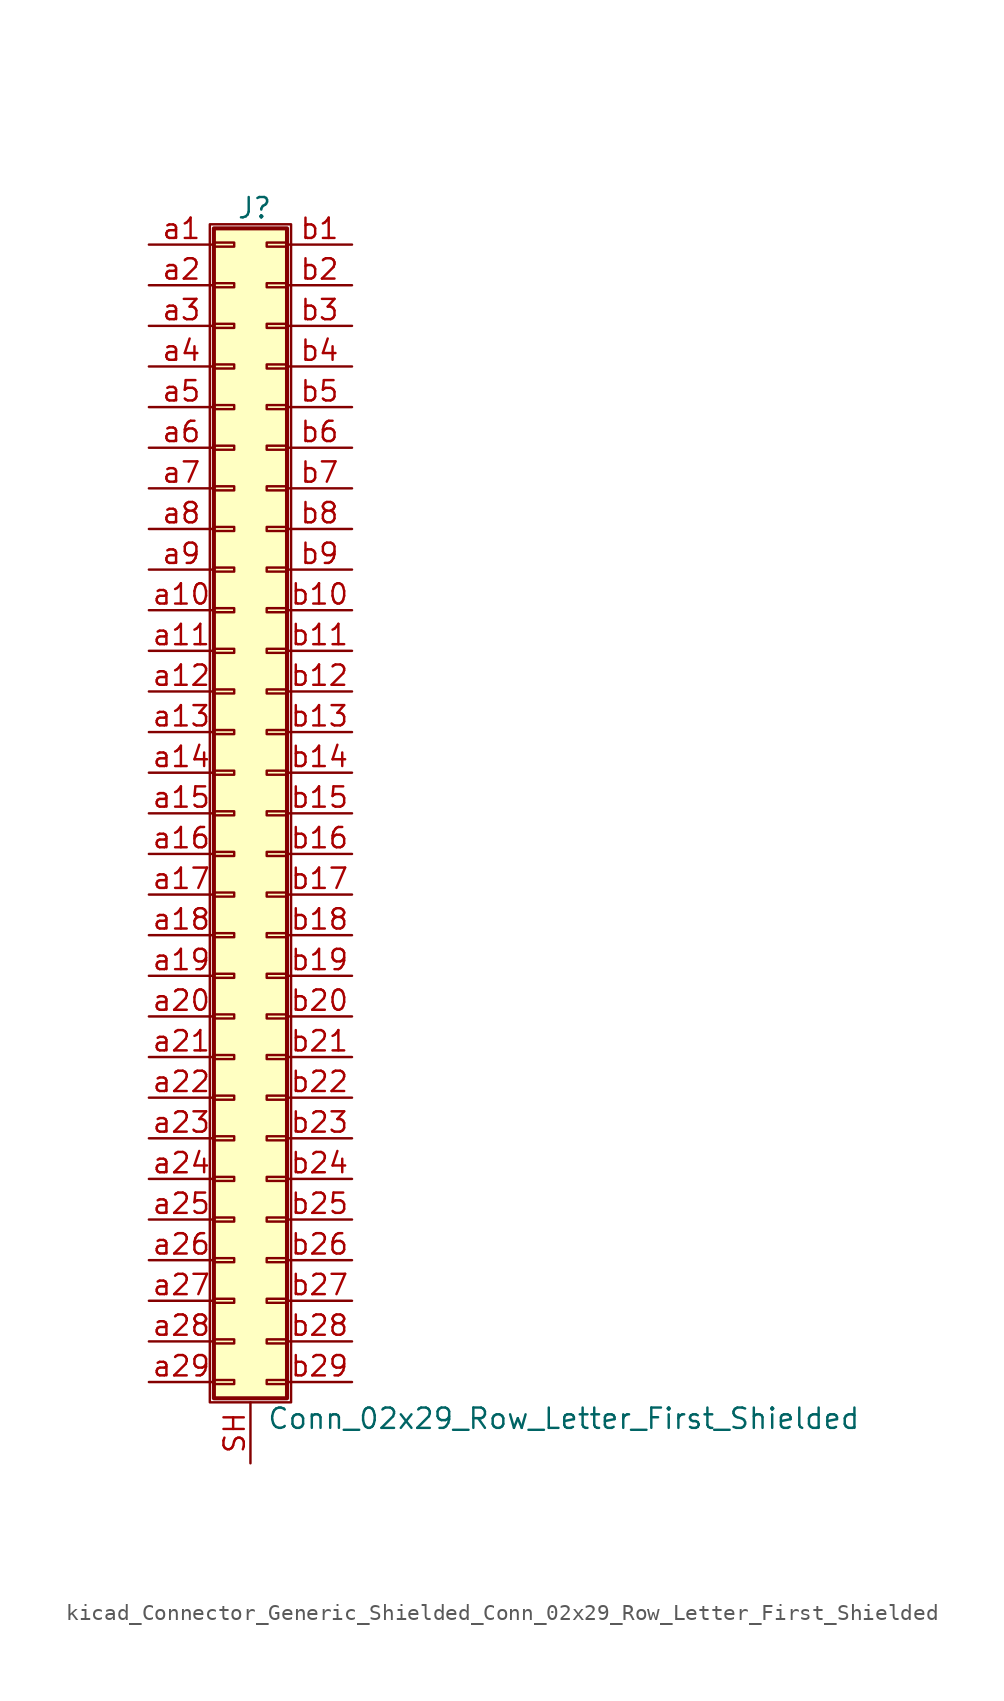
<source format=kicad_sym>
(kicad_symbol_lib
  (version 20220914)
  (generator kicad_symbol_editor)
  (symbol "kicad_Connector_Generic_Shielded_Conn_02x29_Row_Letter_First_Shielded"
    (pin_names
      (offset 1.016) hide)
    (property "Reference" "J"
      (at 1.524 37.846 0)
      (effects (font (size 1.27 1.27))))
    (property "Value" "Conn_02x29_Row_Letter_First_Shielded"
      (at 2.286 -37.846 0)
      (effects (font (size 1.27 1.27)) (justify left)))
    (symbol "kicad_Connector_Generic_Shielded_Conn_02x29_Row_Letter_First_Shielded_1_1"
      (rectangle (start -1.27 36.83) (end 3.81 -36.83) (stroke (width 0.152) (type default)) (fill (type none)))
      (rectangle (start -1.016 -35.433) (end 0.254 -35.687) (stroke (width 0.152) (type default)) (fill (type none)))
      (rectangle (start -1.016 -32.893) (end 0.254 -33.147) (stroke (width 0.152) (type default)) (fill (type none)))
      (rectangle (start -1.016 -30.353) (end 0.254 -30.607) (stroke (width 0.152) (type default)) (fill (type none)))
      (rectangle (start -1.016 -27.813) (end 0.254 -28.067) (stroke (width 0.152) (type default)) (fill (type none)))
      (rectangle (start -1.016 -25.273) (end 0.254 -25.527) (stroke (width 0.152) (type default)) (fill (type none)))
      (rectangle (start -1.016 -22.733) (end 0.254 -22.987) (stroke (width 0.152) (type default)) (fill (type none)))
      (rectangle (start -1.016 -20.193) (end 0.254 -20.447) (stroke (width 0.152) (type default)) (fill (type none)))
      (rectangle (start -1.016 -17.653) (end 0.254 -17.907) (stroke (width 0.152) (type default)) (fill (type none)))
      (rectangle (start -1.016 -15.113) (end 0.254 -15.367) (stroke (width 0.152) (type default)) (fill (type none)))
      (rectangle (start -1.016 -12.573) (end 0.254 -12.827) (stroke (width 0.152) (type default)) (fill (type none)))
      (rectangle (start -1.016 -10.033) (end 0.254 -10.287) (stroke (width 0.152) (type default)) (fill (type none)))
      (rectangle (start -1.016 -7.493) (end 0.254 -7.747) (stroke (width 0.152) (type default)) (fill (type none)))
      (rectangle (start -1.016 -4.953) (end 0.254 -5.207) (stroke (width 0.152) (type default)) (fill (type none)))
      (rectangle (start -1.016 -2.413) (end 0.254 -2.667) (stroke (width 0.152) (type default)) (fill (type none)))
      (rectangle (start -1.016 0.127) (end 0.254 -0.127) (stroke (width 0.152) (type default)) (fill (type none)))
      (rectangle (start -1.016 2.667) (end 0.254 2.413) (stroke (width 0.152) (type default)) (fill (type none)))
      (rectangle (start -1.016 5.207) (end 0.254 4.953) (stroke (width 0.152) (type default)) (fill (type none)))
      (rectangle (start -1.016 7.747) (end 0.254 7.493) (stroke (width 0.152) (type default)) (fill (type none)))
      (rectangle (start -1.016 10.287) (end 0.254 10.033) (stroke (width 0.152) (type default)) (fill (type none)))
      (rectangle (start -1.016 12.827) (end 0.254 12.573) (stroke (width 0.152) (type default)) (fill (type none)))
      (rectangle (start -1.016 15.367) (end 0.254 15.113) (stroke (width 0.152) (type default)) (fill (type none)))
      (rectangle (start -1.016 17.907) (end 0.254 17.653) (stroke (width 0.152) (type default)) (fill (type none)))
      (rectangle (start -1.016 20.447) (end 0.254 20.193) (stroke (width 0.152) (type default)) (fill (type none)))
      (rectangle (start -1.016 22.987) (end 0.254 22.733) (stroke (width 0.152) (type default)) (fill (type none)))
      (rectangle (start -1.016 25.527) (end 0.254 25.273) (stroke (width 0.152) (type default)) (fill (type none)))
      (rectangle (start -1.016 28.067) (end 0.254 27.813) (stroke (width 0.152) (type default)) (fill (type none)))
      (rectangle (start -1.016 30.607) (end 0.254 30.353) (stroke (width 0.152) (type default)) (fill (type none)))
      (rectangle (start -1.016 33.147) (end 0.254 32.893) (stroke (width 0.152) (type default)) (fill (type none)))
      (rectangle (start -1.016 35.687) (end 0.254 35.433) (stroke (width 0.152) (type default)) (fill (type none)))
      (rectangle (start -1.016 36.576) (end 3.556 -36.576) (stroke (width 0.254) (type default)) (fill (type background)))
      (rectangle (start 3.556 -35.433) (end 2.286 -35.687) (stroke (width 0.152) (type default)) (fill (type none)))
      (rectangle (start 3.556 -32.893) (end 2.286 -33.147) (stroke (width 0.152) (type default)) (fill (type none)))
      (rectangle (start 3.556 -30.353) (end 2.286 -30.607) (stroke (width 0.152) (type default)) (fill (type none)))
      (rectangle (start 3.556 -27.813) (end 2.286 -28.067) (stroke (width 0.152) (type default)) (fill (type none)))
      (rectangle (start 3.556 -25.273) (end 2.286 -25.527) (stroke (width 0.152) (type default)) (fill (type none)))
      (rectangle (start 3.556 -22.733) (end 2.286 -22.987) (stroke (width 0.152) (type default)) (fill (type none)))
      (rectangle (start 3.556 -20.193) (end 2.286 -20.447) (stroke (width 0.152) (type default)) (fill (type none)))
      (rectangle (start 3.556 -17.653) (end 2.286 -17.907) (stroke (width 0.152) (type default)) (fill (type none)))
      (rectangle (start 3.556 -15.113) (end 2.286 -15.367) (stroke (width 0.152) (type default)) (fill (type none)))
      (rectangle (start 3.556 -12.573) (end 2.286 -12.827) (stroke (width 0.152) (type default)) (fill (type none)))
      (rectangle (start 3.556 -10.033) (end 2.286 -10.287) (stroke (width 0.152) (type default)) (fill (type none)))
      (rectangle (start 3.556 -7.493) (end 2.286 -7.747) (stroke (width 0.152) (type default)) (fill (type none)))
      (rectangle (start 3.556 -4.953) (end 2.286 -5.207) (stroke (width 0.152) (type default)) (fill (type none)))
      (rectangle (start 3.556 -2.413) (end 2.286 -2.667) (stroke (width 0.152) (type default)) (fill (type none)))
      (rectangle (start 3.556 0.127) (end 2.286 -0.127) (stroke (width 0.152) (type default)) (fill (type none)))
      (rectangle (start 3.556 2.667) (end 2.286 2.413) (stroke (width 0.152) (type default)) (fill (type none)))
      (rectangle (start 3.556 5.207) (end 2.286 4.953) (stroke (width 0.152) (type default)) (fill (type none)))
      (rectangle (start 3.556 7.747) (end 2.286 7.493) (stroke (width 0.152) (type default)) (fill (type none)))
      (rectangle (start 3.556 10.287) (end 2.286 10.033) (stroke (width 0.152) (type default)) (fill (type none)))
      (rectangle (start 3.556 12.827) (end 2.286 12.573) (stroke (width 0.152) (type default)) (fill (type none)))
      (rectangle (start 3.556 15.367) (end 2.286 15.113) (stroke (width 0.152) (type default)) (fill (type none)))
      (rectangle (start 3.556 17.907) (end 2.286 17.653) (stroke (width 0.152) (type default)) (fill (type none)))
      (rectangle (start 3.556 20.447) (end 2.286 20.193) (stroke (width 0.152) (type default)) (fill (type none)))
      (rectangle (start 3.556 22.987) (end 2.286 22.733) (stroke (width 0.152) (type default)) (fill (type none)))
      (rectangle (start 3.556 25.527) (end 2.286 25.273) (stroke (width 0.152) (type default)) (fill (type none)))
      (rectangle (start 3.556 28.067) (end 2.286 27.813) (stroke (width 0.152) (type default)) (fill (type none)))
      (rectangle (start 3.556 30.607) (end 2.286 30.353) (stroke (width 0.152) (type default)) (fill (type none)))
      (rectangle (start 3.556 33.147) (end 2.286 32.893) (stroke (width 0.152) (type default)) (fill (type none)))
      (rectangle (start 3.556 35.687) (end 2.286 35.433) (stroke (width 0.152) (type default)) (fill (type none)))
      (pin passive line (at 1.27 -40.64 90) (length 3.81) (name "Shield" (effects (font (size 1.27 1.27)))) (number "SH" (effects (font (size 1.27 1.27)))))
      (pin passive line (at -5.08 35.56 0) (length 4.064) (name "Pin_a1" (effects (font (size 1.27 1.27)))) (number "a1" (effects (font (size 1.27 1.27)))))
      (pin passive line (at -5.08 12.7 0) (length 4.064) (name "Pin_a10" (effects (font (size 1.27 1.27)))) (number "a10" (effects (font (size 1.27 1.27)))))
      (pin passive line (at -5.08 10.16 0) (length 4.064) (name "Pin_a11" (effects (font (size 1.27 1.27)))) (number "a11" (effects (font (size 1.27 1.27)))))
      (pin passive line (at -5.08 7.62 0) (length 4.064) (name "Pin_a12" (effects (font (size 1.27 1.27)))) (number "a12" (effects (font (size 1.27 1.27)))))
      (pin passive line (at -5.08 5.08 0) (length 4.064) (name "Pin_a13" (effects (font (size 1.27 1.27)))) (number "a13" (effects (font (size 1.27 1.27)))))
      (pin passive line (at -5.08 2.54 0) (length 4.064) (name "Pin_a14" (effects (font (size 1.27 1.27)))) (number "a14" (effects (font (size 1.27 1.27)))))
      (pin passive line (at -5.08 0 0) (length 4.064) (name "Pin_a15" (effects (font (size 1.27 1.27)))) (number "a15" (effects (font (size 1.27 1.27)))))
      (pin passive line (at -5.08 -2.54 0) (length 4.064) (name "Pin_a16" (effects (font (size 1.27 1.27)))) (number "a16" (effects (font (size 1.27 1.27)))))
      (pin passive line (at -5.08 -5.08 0) (length 4.064) (name "Pin_a17" (effects (font (size 1.27 1.27)))) (number "a17" (effects (font (size 1.27 1.27)))))
      (pin passive line (at -5.08 -7.62 0) (length 4.064) (name "Pin_a18" (effects (font (size 1.27 1.27)))) (number "a18" (effects (font (size 1.27 1.27)))))
      (pin passive line (at -5.08 -10.16 0) (length 4.064) (name "Pin_a19" (effects (font (size 1.27 1.27)))) (number "a19" (effects (font (size 1.27 1.27)))))
      (pin passive line (at -5.08 33.02 0) (length 4.064) (name "Pin_a2" (effects (font (size 1.27 1.27)))) (number "a2" (effects (font (size 1.27 1.27)))))
      (pin passive line (at -5.08 -12.7 0) (length 4.064) (name "Pin_a20" (effects (font (size 1.27 1.27)))) (number "a20" (effects (font (size 1.27 1.27)))))
      (pin passive line (at -5.08 -15.24 0) (length 4.064) (name "Pin_a21" (effects (font (size 1.27 1.27)))) (number "a21" (effects (font (size 1.27 1.27)))))
      (pin passive line (at -5.08 -17.78 0) (length 4.064) (name "Pin_a22" (effects (font (size 1.27 1.27)))) (number "a22" (effects (font (size 1.27 1.27)))))
      (pin passive line (at -5.08 -20.32 0) (length 4.064) (name "Pin_a23" (effects (font (size 1.27 1.27)))) (number "a23" (effects (font (size 1.27 1.27)))))
      (pin passive line (at -5.08 -22.86 0) (length 4.064) (name "Pin_a24" (effects (font (size 1.27 1.27)))) (number "a24" (effects (font (size 1.27 1.27)))))
      (pin passive line (at -5.08 -25.4 0) (length 4.064) (name "Pin_a25" (effects (font (size 1.27 1.27)))) (number "a25" (effects (font (size 1.27 1.27)))))
      (pin passive line (at -5.08 -27.94 0) (length 4.064) (name "Pin_a26" (effects (font (size 1.27 1.27)))) (number "a26" (effects (font (size 1.27 1.27)))))
      (pin passive line (at -5.08 -30.48 0) (length 4.064) (name "Pin_a27" (effects (font (size 1.27 1.27)))) (number "a27" (effects (font (size 1.27 1.27)))))
      (pin passive line (at -5.08 -33.02 0) (length 4.064) (name "Pin_a28" (effects (font (size 1.27 1.27)))) (number "a28" (effects (font (size 1.27 1.27)))))
      (pin passive line (at -5.08 -35.56 0) (length 4.064) (name "Pin_a29" (effects (font (size 1.27 1.27)))) (number "a29" (effects (font (size 1.27 1.27)))))
      (pin passive line (at -5.08 30.48 0) (length 4.064) (name "Pin_a3" (effects (font (size 1.27 1.27)))) (number "a3" (effects (font (size 1.27 1.27)))))
      (pin passive line (at -5.08 27.94 0) (length 4.064) (name "Pin_a4" (effects (font (size 1.27 1.27)))) (number "a4" (effects (font (size 1.27 1.27)))))
      (pin passive line (at -5.08 25.4 0) (length 4.064) (name "Pin_a5" (effects (font (size 1.27 1.27)))) (number "a5" (effects (font (size 1.27 1.27)))))
      (pin passive line (at -5.08 22.86 0) (length 4.064) (name "Pin_a6" (effects (font (size 1.27 1.27)))) (number "a6" (effects (font (size 1.27 1.27)))))
      (pin passive line (at -5.08 20.32 0) (length 4.064) (name "Pin_a7" (effects (font (size 1.27 1.27)))) (number "a7" (effects (font (size 1.27 1.27)))))
      (pin passive line (at -5.08 17.78 0) (length 4.064) (name "Pin_a8" (effects (font (size 1.27 1.27)))) (number "a8" (effects (font (size 1.27 1.27)))))
      (pin passive line (at -5.08 15.24 0) (length 4.064) (name "Pin_a9" (effects (font (size 1.27 1.27)))) (number "a9" (effects (font (size 1.27 1.27)))))
      (pin passive line (at 7.62 35.56 180) (length 4.064) (name "Pin_b1" (effects (font (size 1.27 1.27)))) (number "b1" (effects (font (size 1.27 1.27)))))
      (pin passive line (at 7.62 12.7 180) (length 4.064) (name "Pin_b10" (effects (font (size 1.27 1.27)))) (number "b10" (effects (font (size 1.27 1.27)))))
      (pin passive line (at 7.62 10.16 180) (length 4.064) (name "Pin_b11" (effects (font (size 1.27 1.27)))) (number "b11" (effects (font (size 1.27 1.27)))))
      (pin passive line (at 7.62 7.62 180) (length 4.064) (name "Pin_b12" (effects (font (size 1.27 1.27)))) (number "b12" (effects (font (size 1.27 1.27)))))
      (pin passive line (at 7.62 5.08 180) (length 4.064) (name "Pin_b13" (effects (font (size 1.27 1.27)))) (number "b13" (effects (font (size 1.27 1.27)))))
      (pin passive line (at 7.62 2.54 180) (length 4.064) (name "Pin_b14" (effects (font (size 1.27 1.27)))) (number "b14" (effects (font (size 1.27 1.27)))))
      (pin passive line (at 7.62 0 180) (length 4.064) (name "Pin_b15" (effects (font (size 1.27 1.27)))) (number "b15" (effects (font (size 1.27 1.27)))))
      (pin passive line (at 7.62 -2.54 180) (length 4.064) (name "Pin_b16" (effects (font (size 1.27 1.27)))) (number "b16" (effects (font (size 1.27 1.27)))))
      (pin passive line (at 7.62 -5.08 180) (length 4.064) (name "Pin_b17" (effects (font (size 1.27 1.27)))) (number "b17" (effects (font (size 1.27 1.27)))))
      (pin passive line (at 7.62 -7.62 180) (length 4.064) (name "Pin_b18" (effects (font (size 1.27 1.27)))) (number "b18" (effects (font (size 1.27 1.27)))))
      (pin passive line (at 7.62 -10.16 180) (length 4.064) (name "Pin_b19" (effects (font (size 1.27 1.27)))) (number "b19" (effects (font (size 1.27 1.27)))))
      (pin passive line (at 7.62 33.02 180) (length 4.064) (name "Pin_b2" (effects (font (size 1.27 1.27)))) (number "b2" (effects (font (size 1.27 1.27)))))
      (pin passive line (at 7.62 -12.7 180) (length 4.064) (name "Pin_b20" (effects (font (size 1.27 1.27)))) (number "b20" (effects (font (size 1.27 1.27)))))
      (pin passive line (at 7.62 -15.24 180) (length 4.064) (name "Pin_b21" (effects (font (size 1.27 1.27)))) (number "b21" (effects (font (size 1.27 1.27)))))
      (pin passive line (at 7.62 -17.78 180) (length 4.064) (name "Pin_b22" (effects (font (size 1.27 1.27)))) (number "b22" (effects (font (size 1.27 1.27)))))
      (pin passive line (at 7.62 -20.32 180) (length 4.064) (name "Pin_b23" (effects (font (size 1.27 1.27)))) (number "b23" (effects (font (size 1.27 1.27)))))
      (pin passive line (at 7.62 -22.86 180) (length 4.064) (name "Pin_b24" (effects (font (size 1.27 1.27)))) (number "b24" (effects (font (size 1.27 1.27)))))
      (pin passive line (at 7.62 -25.4 180) (length 4.064) (name "Pin_b25" (effects (font (size 1.27 1.27)))) (number "b25" (effects (font (size 1.27 1.27)))))
      (pin passive line (at 7.62 -27.94 180) (length 4.064) (name "Pin_b26" (effects (font (size 1.27 1.27)))) (number "b26" (effects (font (size 1.27 1.27)))))
      (pin passive line (at 7.62 -30.48 180) (length 4.064) (name "Pin_b27" (effects (font (size 1.27 1.27)))) (number "b27" (effects (font (size 1.27 1.27)))))
      (pin passive line (at 7.62 -33.02 180) (length 4.064) (name "Pin_b28" (effects (font (size 1.27 1.27)))) (number "b28" (effects (font (size 1.27 1.27)))))
      (pin passive line (at 7.62 -35.56 180) (length 4.064) (name "Pin_b29" (effects (font (size 1.27 1.27)))) (number "b29" (effects (font (size 1.27 1.27)))))
      (pin passive line (at 7.62 30.48 180) (length 4.064) (name "Pin_b3" (effects (font (size 1.27 1.27)))) (number "b3" (effects (font (size 1.27 1.27)))))
      (pin passive line (at 7.62 27.94 180) (length 4.064) (name "Pin_b4" (effects (font (size 1.27 1.27)))) (number "b4" (effects (font (size 1.27 1.27)))))
      (pin passive line (at 7.62 25.4 180) (length 4.064) (name "Pin_b5" (effects (font (size 1.27 1.27)))) (number "b5" (effects (font (size 1.27 1.27)))))
      (pin passive line (at 7.62 22.86 180) (length 4.064) (name "Pin_b6" (effects (font (size 1.27 1.27)))) (number "b6" (effects (font (size 1.27 1.27)))))
      (pin passive line (at 7.62 20.32 180) (length 4.064) (name "Pin_b7" (effects (font (size 1.27 1.27)))) (number "b7" (effects (font (size 1.27 1.27)))))
      (pin passive line (at 7.62 17.78 180) (length 4.064) (name "Pin_b8" (effects (font (size 1.27 1.27)))) (number "b8" (effects (font (size 1.27 1.27)))))
      (pin passive line (at 7.62 15.24 180) (length 4.064) (name "Pin_b9" (effects (font (size 1.27 1.27)))) (number "b9" (effects (font (size 1.27 1.27))))))))
</source>
